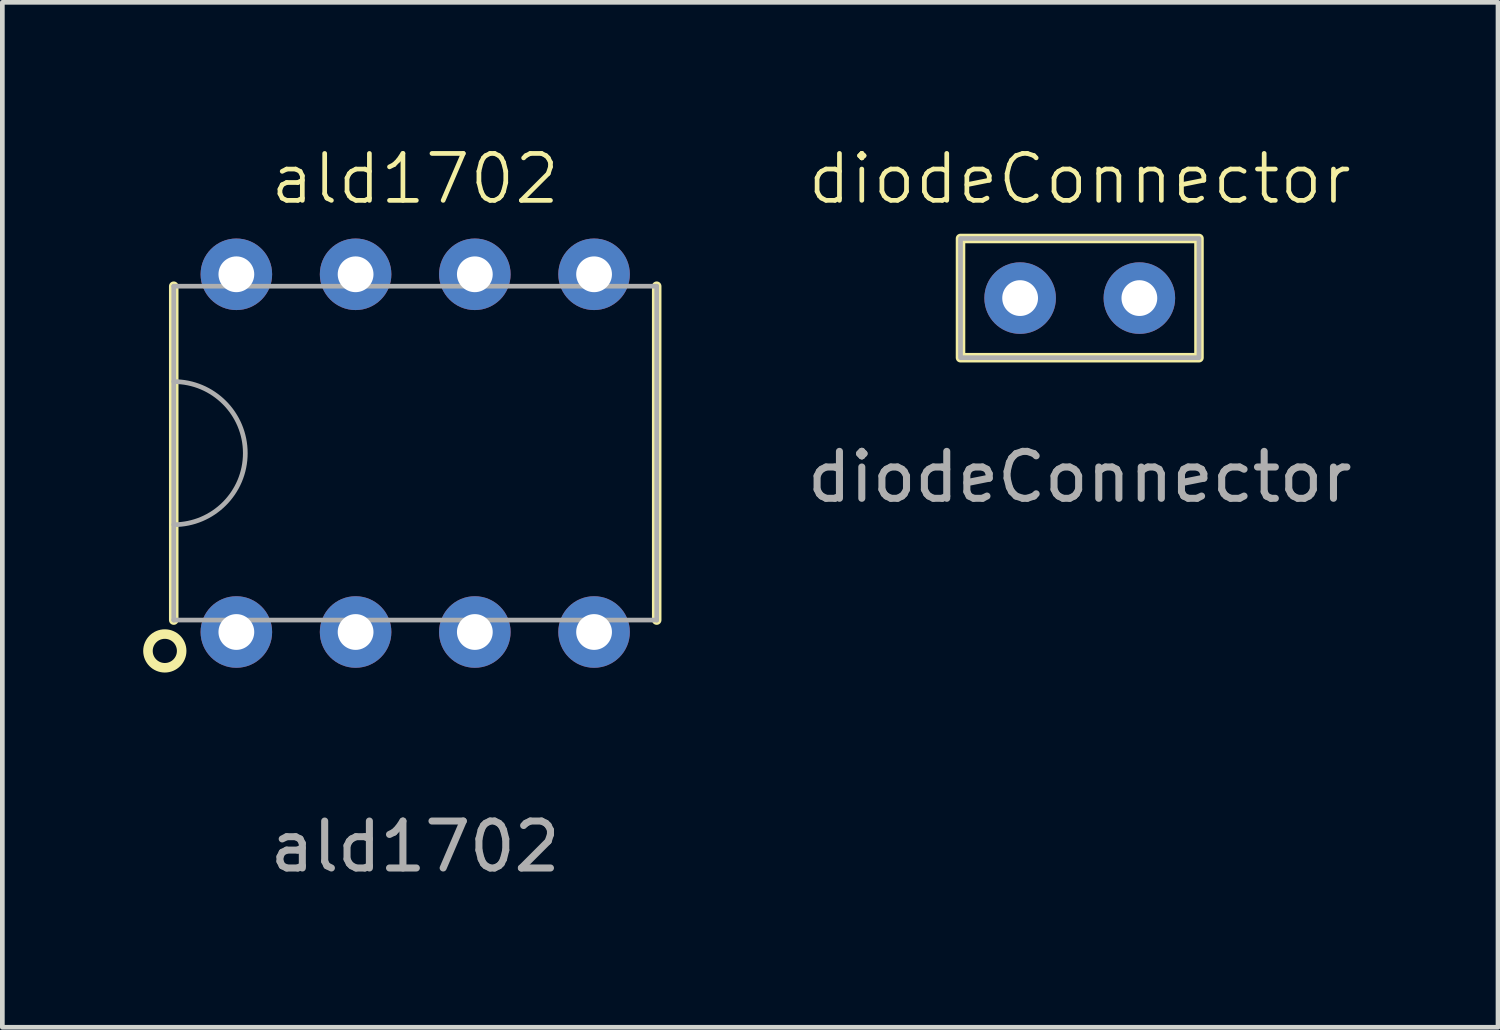
<source format=kicad_pcb>
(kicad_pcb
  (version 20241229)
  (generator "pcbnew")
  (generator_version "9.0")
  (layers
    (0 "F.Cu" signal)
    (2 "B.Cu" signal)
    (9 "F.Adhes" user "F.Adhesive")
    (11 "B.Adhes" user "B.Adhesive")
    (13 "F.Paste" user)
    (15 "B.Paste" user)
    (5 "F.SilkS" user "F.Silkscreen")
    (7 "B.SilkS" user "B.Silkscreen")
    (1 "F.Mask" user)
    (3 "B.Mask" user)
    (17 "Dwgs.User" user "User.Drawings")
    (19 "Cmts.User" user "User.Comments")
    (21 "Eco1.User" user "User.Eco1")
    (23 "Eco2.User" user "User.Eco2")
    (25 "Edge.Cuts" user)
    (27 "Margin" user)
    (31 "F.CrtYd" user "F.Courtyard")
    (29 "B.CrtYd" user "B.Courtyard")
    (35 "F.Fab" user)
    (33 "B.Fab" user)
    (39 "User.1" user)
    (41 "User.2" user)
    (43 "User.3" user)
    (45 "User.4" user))
  (footprint "diodeConnector"
    (layer "F.Cu")
    (at 19.951 3.3)
    (property "Reference" "diodeConnector" (at 0 -2.54 0) (unlocked yes) (layer "F.SilkS") (effects (font (size 1 1) (thickness 0.1))))
    (attr through_hole)
    (fp_rect (start -2.54 -1.27) (end 2.54 1.27) (stroke (width 0.203) (type default)) (fill no) (layer "F.SilkS"))
    (fp_rect (start -2.54 -1.27) (end 2.54 1.27) (stroke (width 0.1) (type default)) (fill no) (layer "F.Fab"))
    (fp_text user "${REFERENCE}" (at 0 3.81 0) (unlocked yes) (layer "F.Fab") (effects (font (size 1 1) (thickness 0.15))))
    (pad "1" thru_hole circle (at -1.27 0) (size 1.524 1.524) (drill 0.762) (layers "*.Cu" "*.Mask"))
    (pad "2" thru_hole circle (at 1.27 0) (size 1.524 1.524) (drill 0.762) (layers "*.Cu" "*.Mask")))
  (footprint "ald1702"
    (layer "F.Cu")
    (at 5.795 6.603)
    (property "Reference" "ald1702" (at 0 -5.842 0) (unlocked yes) (layer "F.SilkS") (effects (font (size 1 1) (thickness 0.1))))
    (attr through_hole)
    (fp_line (start -5.144 3.556) (end -5.144 -3.556) (stroke (width 0.203) (type default)) (layer "F.SilkS"))
    (fp_line (start 5.144 3.556) (end 5.144 -3.556) (stroke (width 0.203) (type default)) (layer "F.SilkS"))
    (fp_circle (center -5.334 4.213) (end -4.975 4.213) (stroke (width 0.203) (type default)) (fill no) (layer "F.SilkS"))
    (fp_line (start -5.144 3.556) (end -5.144 -3.556) (stroke (width 0.1) (type default)) (layer "F.Fab"))
    (fp_line (start 5.144 -3.556) (end -5.144 -3.556) (stroke (width 0.1) (type default)) (layer "F.Fab"))
    (fp_line (start 5.144 3.556) (end -5.144 3.556) (stroke (width 0.1) (type default)) (layer "F.Fab"))
    (fp_line (start 5.144 3.556) (end 5.144 -3.556) (stroke (width 0.1) (type default)) (layer "F.Fab"))
    (fp_arc (start -5.1435 -1.524) (mid -3.6195 0) (end -5.1435 1.524) (stroke (width 0.1) (type default)) (layer "F.Fab"))
    (fp_text user "${REFERENCE}" (at 0 8.382 0) (unlocked yes) (layer "F.Fab") (effects (font (size 1 1) (thickness 0.15))))
    (pad "1" thru_hole circle (at -3.81 3.81) (size 1.524 1.524) (drill 0.762) (layers "*.Cu" "*.Mask"))
    (pad "2" thru_hole circle (at -1.27 3.81) (size 1.524 1.524) (drill 0.762) (layers "*.Cu" "*.Mask"))
    (pad "3" thru_hole circle (at 1.27 3.81) (size 1.524 1.524) (drill 0.762) (layers "*.Cu" "*.Mask"))
    (pad "4" thru_hole circle (at 3.81 3.81) (size 1.524 1.524) (drill 0.762) (layers "*.Cu" "*.Mask"))
    (pad "5" thru_hole circle (at 3.81 -3.81) (size 1.524 1.524) (drill 0.762) (layers "*.Cu" "*.Mask"))
    (pad "6" thru_hole circle (at 1.27 -3.81) (size 1.524 1.524) (drill 0.762) (layers "*.Cu" "*.Mask"))
    (pad "7" thru_hole circle (at -1.27 -3.81) (size 1.524 1.524) (drill 0.762) (layers "*.Cu" "*.Mask"))
    (pad "8" thru_hole circle (at -3.81 -3.81) (size 1.524 1.524) (drill 0.762) (layers "*.Cu" "*.Mask")))
  (gr_rect
    (start -3 -3)
    (end 28.861 18.833)
    (stroke (width 0.1) (type default))
    (fill no)
    (layer "Edge.Cuts")))
</source>
